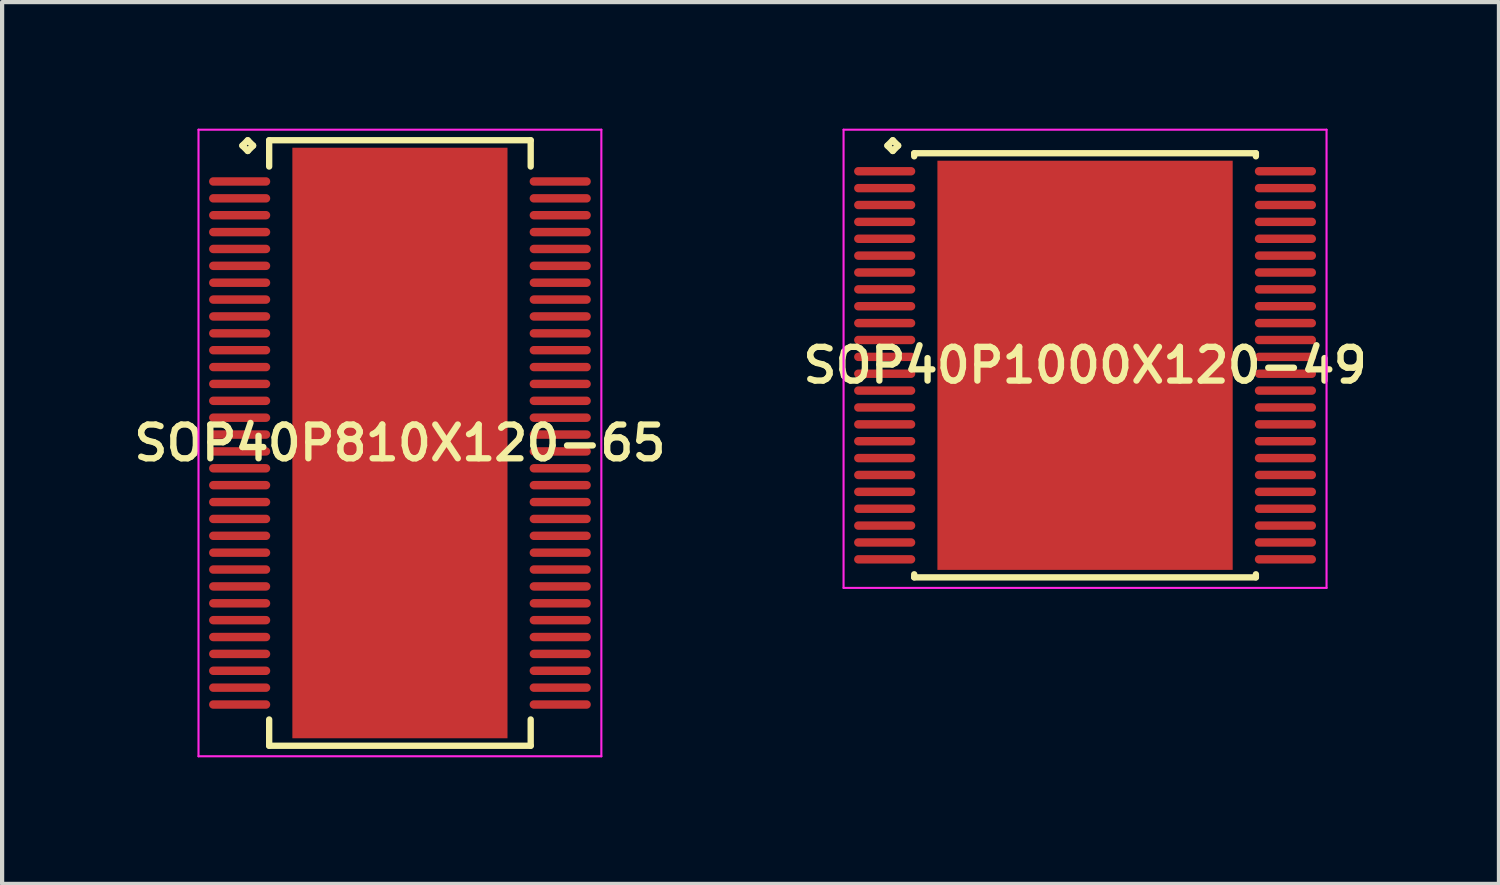
<source format=kicad_pcb>
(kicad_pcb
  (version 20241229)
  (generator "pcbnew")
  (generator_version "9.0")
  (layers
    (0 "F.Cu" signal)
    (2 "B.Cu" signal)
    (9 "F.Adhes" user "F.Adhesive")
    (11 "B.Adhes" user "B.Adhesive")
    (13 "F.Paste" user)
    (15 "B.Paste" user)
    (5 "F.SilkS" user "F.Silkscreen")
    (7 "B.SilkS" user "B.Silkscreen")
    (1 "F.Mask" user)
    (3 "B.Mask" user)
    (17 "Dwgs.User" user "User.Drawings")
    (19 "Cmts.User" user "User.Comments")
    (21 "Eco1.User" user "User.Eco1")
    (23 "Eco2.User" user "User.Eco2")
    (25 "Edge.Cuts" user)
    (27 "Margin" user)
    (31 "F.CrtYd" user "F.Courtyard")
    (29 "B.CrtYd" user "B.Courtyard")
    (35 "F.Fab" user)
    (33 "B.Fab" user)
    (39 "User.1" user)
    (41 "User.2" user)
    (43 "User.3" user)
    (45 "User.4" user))
  (footprint "SOP40P810X120-65"
    (layer "F.Cu")
    (at 6.431 7.452)
    (property "Reference" "SOP40P810X120-65" (at 0 0 0) (layer "F.SilkS") (effects (font (size 0.8 0.8) (thickness 0.15))))
    (attr smd)
    (fp_line (start -3.735 -7.05) (end -3.608 -7.177) (stroke (width 0.15) (type solid)) (layer "F.SilkS"))
    (fp_line (start -3.608 -7.177) (end -3.481 -7.05) (stroke (width 0.15) (type solid)) (layer "F.SilkS"))
    (fp_line (start -3.608 -6.923) (end -3.735 -7.05) (stroke (width 0.15) (type solid)) (layer "F.SilkS"))
    (fp_line (start -3.481 -7.05) (end -3.608 -6.923) (stroke (width 0.15) (type solid)) (layer "F.SilkS"))
    (fp_line (start -3.1 -7.177) (end 3.1 -7.177) (stroke (width 0.15) (type solid)) (layer "F.SilkS"))
    (fp_line (start -3.1 -6.554) (end -3.1 -7.177) (stroke (width 0.15) (type solid)) (layer "F.SilkS"))
    (fp_line (start -3.1 6.554) (end -3.1 7.177) (stroke (width 0.15) (type solid)) (layer "F.SilkS"))
    (fp_line (start -3.1 7.177) (end 3.1 7.177) (stroke (width 0.15) (type solid)) (layer "F.SilkS"))
    (fp_line (start 3.1 -7.177) (end 3.1 -6.554) (stroke (width 0.15) (type solid)) (layer "F.SilkS"))
    (fp_line (start 3.1 7.177) (end 3.1 6.554) (stroke (width 0.15) (type solid)) (layer "F.SilkS"))
    (fp_line (start -4.775 -7.427) (end 4.775 -7.427) (stroke (width 0.05) (type solid)) (layer "F.CrtYd"))
    (fp_line (start -4.775 7.427) (end -4.775 -7.427) (stroke (width 0.05) (type solid)) (layer "F.CrtYd"))
    (fp_line (start 4.775 -7.427) (end 4.775 7.427) (stroke (width 0.05) (type solid)) (layer "F.CrtYd"))
    (fp_line (start 4.775 7.427) (end -4.775 7.427) (stroke (width 0.05) (type solid)) (layer "F.CrtYd"))
    (pad "1" smd oval (at -3.8 -6.2) (size 1.45 0.2) (layers "F.Cu" "F.Mask" "F.Paste"))
    (pad "2" smd oval (at -3.8 -5.8) (size 1.45 0.2) (layers "F.Cu" "F.Mask" "F.Paste"))
    (pad "3" smd oval (at -3.8 -5.4) (size 1.45 0.2) (layers "F.Cu" "F.Mask" "F.Paste"))
    (pad "4" smd oval (at -3.8 -5) (size 1.45 0.2) (layers "F.Cu" "F.Mask" "F.Paste"))
    (pad "5" smd oval (at -3.8 -4.6) (size 1.45 0.2) (layers "F.Cu" "F.Mask" "F.Paste"))
    (pad "6" smd oval (at -3.8 -4.2) (size 1.45 0.2) (layers "F.Cu" "F.Mask" "F.Paste"))
    (pad "7" smd oval (at -3.8 -3.8) (size 1.45 0.2) (layers "F.Cu" "F.Mask" "F.Paste"))
    (pad "8" smd oval (at -3.8 -3.4) (size 1.45 0.2) (layers "F.Cu" "F.Mask" "F.Paste"))
    (pad "9" smd oval (at -3.8 -3) (size 1.45 0.2) (layers "F.Cu" "F.Mask" "F.Paste"))
    (pad "10" smd oval (at -3.8 -2.6) (size 1.45 0.2) (layers "F.Cu" "F.Mask" "F.Paste"))
    (pad "11" smd oval (at -3.8 -2.2) (size 1.45 0.2) (layers "F.Cu" "F.Mask" "F.Paste"))
    (pad "12" smd oval (at -3.8 -1.8) (size 1.45 0.2) (layers "F.Cu" "F.Mask" "F.Paste"))
    (pad "13" smd oval (at -3.8 -1.4) (size 1.45 0.2) (layers "F.Cu" "F.Mask" "F.Paste"))
    (pad "14" smd oval (at -3.8 -1) (size 1.45 0.2) (layers "F.Cu" "F.Mask" "F.Paste"))
    (pad "15" smd oval (at -3.8 -0.6) (size 1.45 0.2) (layers "F.Cu" "F.Mask" "F.Paste"))
    (pad "16" smd oval (at -3.8 -0.2) (size 1.45 0.2) (layers "F.Cu" "F.Mask" "F.Paste"))
    (pad "17" smd oval (at -3.8 0.2) (size 1.45 0.2) (layers "F.Cu" "F.Mask" "F.Paste"))
    (pad "18" smd oval (at -3.8 0.6) (size 1.45 0.2) (layers "F.Cu" "F.Mask" "F.Paste"))
    (pad "19" smd oval (at -3.8 1) (size 1.45 0.2) (layers "F.Cu" "F.Mask" "F.Paste"))
    (pad "20" smd oval (at -3.8 1.4) (size 1.45 0.2) (layers "F.Cu" "F.Mask" "F.Paste"))
    (pad "21" smd oval (at -3.8 1.8) (size 1.45 0.2) (layers "F.Cu" "F.Mask" "F.Paste"))
    (pad "22" smd oval (at -3.8 2.2) (size 1.45 0.2) (layers "F.Cu" "F.Mask" "F.Paste"))
    (pad "23" smd oval (at -3.8 2.6) (size 1.45 0.2) (layers "F.Cu" "F.Mask" "F.Paste"))
    (pad "24" smd oval (at -3.8 3) (size 1.45 0.2) (layers "F.Cu" "F.Mask" "F.Paste"))
    (pad "25" smd oval (at -3.8 3.4) (size 1.45 0.2) (layers "F.Cu" "F.Mask" "F.Paste"))
    (pad "26" smd oval (at -3.8 3.8) (size 1.45 0.2) (layers "F.Cu" "F.Mask" "F.Paste"))
    (pad "27" smd oval (at -3.8 4.2) (size 1.45 0.2) (layers "F.Cu" "F.Mask" "F.Paste"))
    (pad "28" smd oval (at -3.8 4.6) (size 1.45 0.2) (layers "F.Cu" "F.Mask" "F.Paste"))
    (pad "29" smd oval (at -3.8 5) (size 1.45 0.2) (layers "F.Cu" "F.Mask" "F.Paste"))
    (pad "30" smd oval (at -3.8 5.4) (size 1.45 0.2) (layers "F.Cu" "F.Mask" "F.Paste"))
    (pad "31" smd oval (at -3.8 5.8) (size 1.45 0.2) (layers "F.Cu" "F.Mask" "F.Paste"))
    (pad "32" smd oval (at -3.8 6.2) (size 1.45 0.2) (layers "F.Cu" "F.Mask" "F.Paste"))
    (pad "33" smd oval (at 3.8 6.2) (size 1.45 0.2) (layers "F.Cu" "F.Mask" "F.Paste"))
    (pad "34" smd oval (at 3.8 5.8) (size 1.45 0.2) (layers "F.Cu" "F.Mask" "F.Paste"))
    (pad "35" smd oval (at 3.8 5.4) (size 1.45 0.2) (layers "F.Cu" "F.Mask" "F.Paste"))
    (pad "36" smd oval (at 3.8 5) (size 1.45 0.2) (layers "F.Cu" "F.Mask" "F.Paste"))
    (pad "37" smd oval (at 3.8 4.6) (size 1.45 0.2) (layers "F.Cu" "F.Mask" "F.Paste"))
    (pad "38" smd oval (at 3.8 4.2) (size 1.45 0.2) (layers "F.Cu" "F.Mask" "F.Paste"))
    (pad "39" smd oval (at 3.8 3.8) (size 1.45 0.2) (layers "F.Cu" "F.Mask" "F.Paste"))
    (pad "40" smd oval (at 3.8 3.4) (size 1.45 0.2) (layers "F.Cu" "F.Mask" "F.Paste"))
    (pad "41" smd oval (at 3.8 3) (size 1.45 0.2) (layers "F.Cu" "F.Mask" "F.Paste"))
    (pad "42" smd oval (at 3.8 2.6) (size 1.45 0.2) (layers "F.Cu" "F.Mask" "F.Paste"))
    (pad "43" smd oval (at 3.8 2.2) (size 1.45 0.2) (layers "F.Cu" "F.Mask" "F.Paste"))
    (pad "44" smd oval (at 3.8 1.8) (size 1.45 0.2) (layers "F.Cu" "F.Mask" "F.Paste"))
    (pad "45" smd oval (at 3.8 1.4) (size 1.45 0.2) (layers "F.Cu" "F.Mask" "F.Paste"))
    (pad "46" smd oval (at 3.8 1) (size 1.45 0.2) (layers "F.Cu" "F.Mask" "F.Paste"))
    (pad "47" smd oval (at 3.8 0.6) (size 1.45 0.2) (layers "F.Cu" "F.Mask" "F.Paste"))
    (pad "48" smd oval (at 3.8 0.2) (size 1.45 0.2) (layers "F.Cu" "F.Mask" "F.Paste"))
    (pad "49" smd oval (at 3.8 -0.2) (size 1.45 0.2) (layers "F.Cu" "F.Mask" "F.Paste"))
    (pad "50" smd oval (at 3.8 -0.6) (size 1.45 0.2) (layers "F.Cu" "F.Mask" "F.Paste"))
    (pad "51" smd oval (at 3.8 -1) (size 1.45 0.2) (layers "F.Cu" "F.Mask" "F.Paste"))
    (pad "52" smd oval (at 3.8 -1.4) (size 1.45 0.2) (layers "F.Cu" "F.Mask" "F.Paste"))
    (pad "53" smd oval (at 3.8 -1.8) (size 1.45 0.2) (layers "F.Cu" "F.Mask" "F.Paste"))
    (pad "54" smd oval (at 3.8 -2.2) (size 1.45 0.2) (layers "F.Cu" "F.Mask" "F.Paste"))
    (pad "55" smd oval (at 3.8 -2.6) (size 1.45 0.2) (layers "F.Cu" "F.Mask" "F.Paste"))
    (pad "56" smd oval (at 3.8 -3) (size 1.45 0.2) (layers "F.Cu" "F.Mask" "F.Paste"))
    (pad "57" smd oval (at 3.8 -3.4) (size 1.45 0.2) (layers "F.Cu" "F.Mask" "F.Paste"))
    (pad "58" smd oval (at 3.8 -3.8) (size 1.45 0.2) (layers "F.Cu" "F.Mask" "F.Paste"))
    (pad "59" smd oval (at 3.8 -4.2) (size 1.45 0.2) (layers "F.Cu" "F.Mask" "F.Paste"))
    (pad "60" smd oval (at 3.8 -4.6) (size 1.45 0.2) (layers "F.Cu" "F.Mask" "F.Paste"))
    (pad "61" smd oval (at 3.8 -5) (size 1.45 0.2) (layers "F.Cu" "F.Mask" "F.Paste"))
    (pad "62" smd oval (at 3.8 -5.4) (size 1.45 0.2) (layers "F.Cu" "F.Mask" "F.Paste"))
    (pad "63" smd oval (at 3.8 -5.8) (size 1.45 0.2) (layers "F.Cu" "F.Mask" "F.Paste"))
    (pad "64" smd oval (at 3.8 -6.2) (size 1.45 0.2) (layers "F.Cu" "F.Mask" "F.Paste"))
    (pad "65" smd rect (at 0 0) (size 5.1 14) (layers "F.Cu" "F.Mask" "F.Paste")))
  (footprint "SOP40P1000X120-49"
    (layer "F.Cu")
    (at 22.673 5.61)
    (property "Reference" "SOP40P1000X120-49" (at 0 0 0) (layer "F.SilkS") (effects (font (size 0.8 0.8) (thickness 0.15))))
    (attr smd)
    (fp_line (start -4.685 -5.208) (end -4.558 -5.335) (stroke (width 0.15) (type solid)) (layer "F.SilkS"))
    (fp_line (start -4.558 -5.335) (end -4.431 -5.208) (stroke (width 0.15) (type solid)) (layer "F.SilkS"))
    (fp_line (start -4.558 -5.081) (end -4.685 -5.208) (stroke (width 0.15) (type solid)) (layer "F.SilkS"))
    (fp_line (start -4.431 -5.208) (end -4.558 -5.081) (stroke (width 0.15) (type solid)) (layer "F.SilkS"))
    (fp_line (start -4.05 -5.027) (end 4.05 -5.027) (stroke (width 0.15) (type solid)) (layer "F.SilkS"))
    (fp_line (start -4.05 -4.954) (end -4.05 -5.027) (stroke (width 0.15) (type solid)) (layer "F.SilkS"))
    (fp_line (start -4.05 4.954) (end -4.05 5.027) (stroke (width 0.15) (type solid)) (layer "F.SilkS"))
    (fp_line (start -4.05 5.027) (end 4.05 5.027) (stroke (width 0.15) (type solid)) (layer "F.SilkS"))
    (fp_line (start 4.05 -5.027) (end 4.05 -4.954) (stroke (width 0.15) (type solid)) (layer "F.SilkS"))
    (fp_line (start 4.05 5.027) (end 4.05 4.954) (stroke (width 0.15) (type solid)) (layer "F.SilkS"))
    (fp_line (start -5.725 -5.585) (end 5.725 -5.585) (stroke (width 0.05) (type solid)) (layer "F.CrtYd"))
    (fp_line (start -5.725 5.277) (end -5.725 -5.585) (stroke (width 0.05) (type solid)) (layer "F.CrtYd"))
    (fp_line (start 5.725 -5.585) (end 5.725 5.277) (stroke (width 0.05) (type solid)) (layer "F.CrtYd"))
    (fp_line (start 5.725 5.277) (end -5.725 5.277) (stroke (width 0.05) (type solid)) (layer "F.CrtYd"))
    (pad "1" smd oval (at -4.75 -4.6) (size 1.45 0.2) (layers "F.Cu" "F.Mask" "F.Paste"))
    (pad "2" smd oval (at -4.75 -4.2) (size 1.45 0.2) (layers "F.Cu" "F.Mask" "F.Paste"))
    (pad "3" smd oval (at -4.75 -3.8) (size 1.45 0.2) (layers "F.Cu" "F.Mask" "F.Paste"))
    (pad "4" smd oval (at -4.75 -3.4) (size 1.45 0.2) (layers "F.Cu" "F.Mask" "F.Paste"))
    (pad "5" smd oval (at -4.75 -3) (size 1.45 0.2) (layers "F.Cu" "F.Mask" "F.Paste"))
    (pad "6" smd oval (at -4.75 -2.6) (size 1.45 0.2) (layers "F.Cu" "F.Mask" "F.Paste"))
    (pad "7" smd oval (at -4.75 -2.2) (size 1.45 0.2) (layers "F.Cu" "F.Mask" "F.Paste"))
    (pad "8" smd oval (at -4.75 -1.8) (size 1.45 0.2) (layers "F.Cu" "F.Mask" "F.Paste"))
    (pad "9" smd oval (at -4.75 -1.4) (size 1.45 0.2) (layers "F.Cu" "F.Mask" "F.Paste"))
    (pad "10" smd oval (at -4.75 -1) (size 1.45 0.2) (layers "F.Cu" "F.Mask" "F.Paste"))
    (pad "11" smd oval (at -4.75 -0.6) (size 1.45 0.2) (layers "F.Cu" "F.Mask" "F.Paste"))
    (pad "12" smd oval (at -4.75 -0.2) (size 1.45 0.2) (layers "F.Cu" "F.Mask" "F.Paste"))
    (pad "13" smd oval (at -4.75 0.2) (size 1.45 0.2) (layers "F.Cu" "F.Mask" "F.Paste"))
    (pad "14" smd oval (at -4.75 0.6) (size 1.45 0.2) (layers "F.Cu" "F.Mask" "F.Paste"))
    (pad "15" smd oval (at -4.75 1) (size 1.45 0.2) (layers "F.Cu" "F.Mask" "F.Paste"))
    (pad "16" smd oval (at -4.75 1.4) (size 1.45 0.2) (layers "F.Cu" "F.Mask" "F.Paste"))
    (pad "17" smd oval (at -4.75 1.8) (size 1.45 0.2) (layers "F.Cu" "F.Mask" "F.Paste"))
    (pad "18" smd oval (at -4.75 2.2) (size 1.45 0.2) (layers "F.Cu" "F.Mask" "F.Paste"))
    (pad "19" smd oval (at -4.75 2.6) (size 1.45 0.2) (layers "F.Cu" "F.Mask" "F.Paste"))
    (pad "20" smd oval (at -4.75 3) (size 1.45 0.2) (layers "F.Cu" "F.Mask" "F.Paste"))
    (pad "21" smd oval (at -4.75 3.4) (size 1.45 0.2) (layers "F.Cu" "F.Mask" "F.Paste"))
    (pad "22" smd oval (at -4.75 3.8) (size 1.45 0.2) (layers "F.Cu" "F.Mask" "F.Paste"))
    (pad "23" smd oval (at -4.75 4.2) (size 1.45 0.2) (layers "F.Cu" "F.Mask" "F.Paste"))
    (pad "24" smd oval (at -4.75 4.6) (size 1.45 0.2) (layers "F.Cu" "F.Mask" "F.Paste"))
    (pad "25" smd oval (at 4.75 4.6) (size 1.45 0.2) (layers "F.Cu" "F.Mask" "F.Paste"))
    (pad "26" smd oval (at 4.75 4.2) (size 1.45 0.2) (layers "F.Cu" "F.Mask" "F.Paste"))
    (pad "27" smd oval (at 4.75 3.8) (size 1.45 0.2) (layers "F.Cu" "F.Mask" "F.Paste"))
    (pad "28" smd oval (at 4.75 3.4) (size 1.45 0.2) (layers "F.Cu" "F.Mask" "F.Paste"))
    (pad "29" smd oval (at 4.75 3) (size 1.45 0.2) (layers "F.Cu" "F.Mask" "F.Paste"))
    (pad "30" smd oval (at 4.75 2.6) (size 1.45 0.2) (layers "F.Cu" "F.Mask" "F.Paste"))
    (pad "31" smd oval (at 4.75 2.2) (size 1.45 0.2) (layers "F.Cu" "F.Mask" "F.Paste"))
    (pad "32" smd oval (at 4.75 1.8) (size 1.45 0.2) (layers "F.Cu" "F.Mask" "F.Paste"))
    (pad "33" smd oval (at 4.75 1.4) (size 1.45 0.2) (layers "F.Cu" "F.Mask" "F.Paste"))
    (pad "34" smd oval (at 4.75 1) (size 1.45 0.2) (layers "F.Cu" "F.Mask" "F.Paste"))
    (pad "35" smd oval (at 4.75 0.6) (size 1.45 0.2) (layers "F.Cu" "F.Mask" "F.Paste"))
    (pad "36" smd oval (at 4.75 0.2) (size 1.45 0.2) (layers "F.Cu" "F.Mask" "F.Paste"))
    (pad "37" smd oval (at 4.75 -0.2) (size 1.45 0.2) (layers "F.Cu" "F.Mask" "F.Paste"))
    (pad "38" smd oval (at 4.75 -0.6) (size 1.45 0.2) (layers "F.Cu" "F.Mask" "F.Paste"))
    (pad "39" smd oval (at 4.75 -1) (size 1.45 0.2) (layers "F.Cu" "F.Mask" "F.Paste"))
    (pad "40" smd oval (at 4.75 -1.4) (size 1.45 0.2) (layers "F.Cu" "F.Mask" "F.Paste"))
    (pad "41" smd oval (at 4.75 -1.8) (size 1.45 0.2) (layers "F.Cu" "F.Mask" "F.Paste"))
    (pad "42" smd oval (at 4.75 -2.2) (size 1.45 0.2) (layers "F.Cu" "F.Mask" "F.Paste"))
    (pad "43" smd oval (at 4.75 -2.6) (size 1.45 0.2) (layers "F.Cu" "F.Mask" "F.Paste"))
    (pad "44" smd oval (at 4.75 -3) (size 1.45 0.2) (layers "F.Cu" "F.Mask" "F.Paste"))
    (pad "45" smd oval (at 4.75 -3.4) (size 1.45 0.2) (layers "F.Cu" "F.Mask" "F.Paste"))
    (pad "46" smd oval (at 4.75 -3.8) (size 1.45 0.2) (layers "F.Cu" "F.Mask" "F.Paste"))
    (pad "47" smd oval (at 4.75 -4.2) (size 1.45 0.2) (layers "F.Cu" "F.Mask" "F.Paste"))
    (pad "48" smd oval (at 4.75 -4.6) (size 1.45 0.2) (layers "F.Cu" "F.Mask" "F.Paste"))
    (pad "49" smd rect (at 0 0) (size 7 9.7) (layers "F.Cu" "F.Mask" "F.Paste")))
  (gr_rect
    (start -3 -3)
    (end 32.485 17.904)
    (stroke (width 0.1) (type default))
    (fill no)
    (layer "Edge.Cuts")))
</source>
